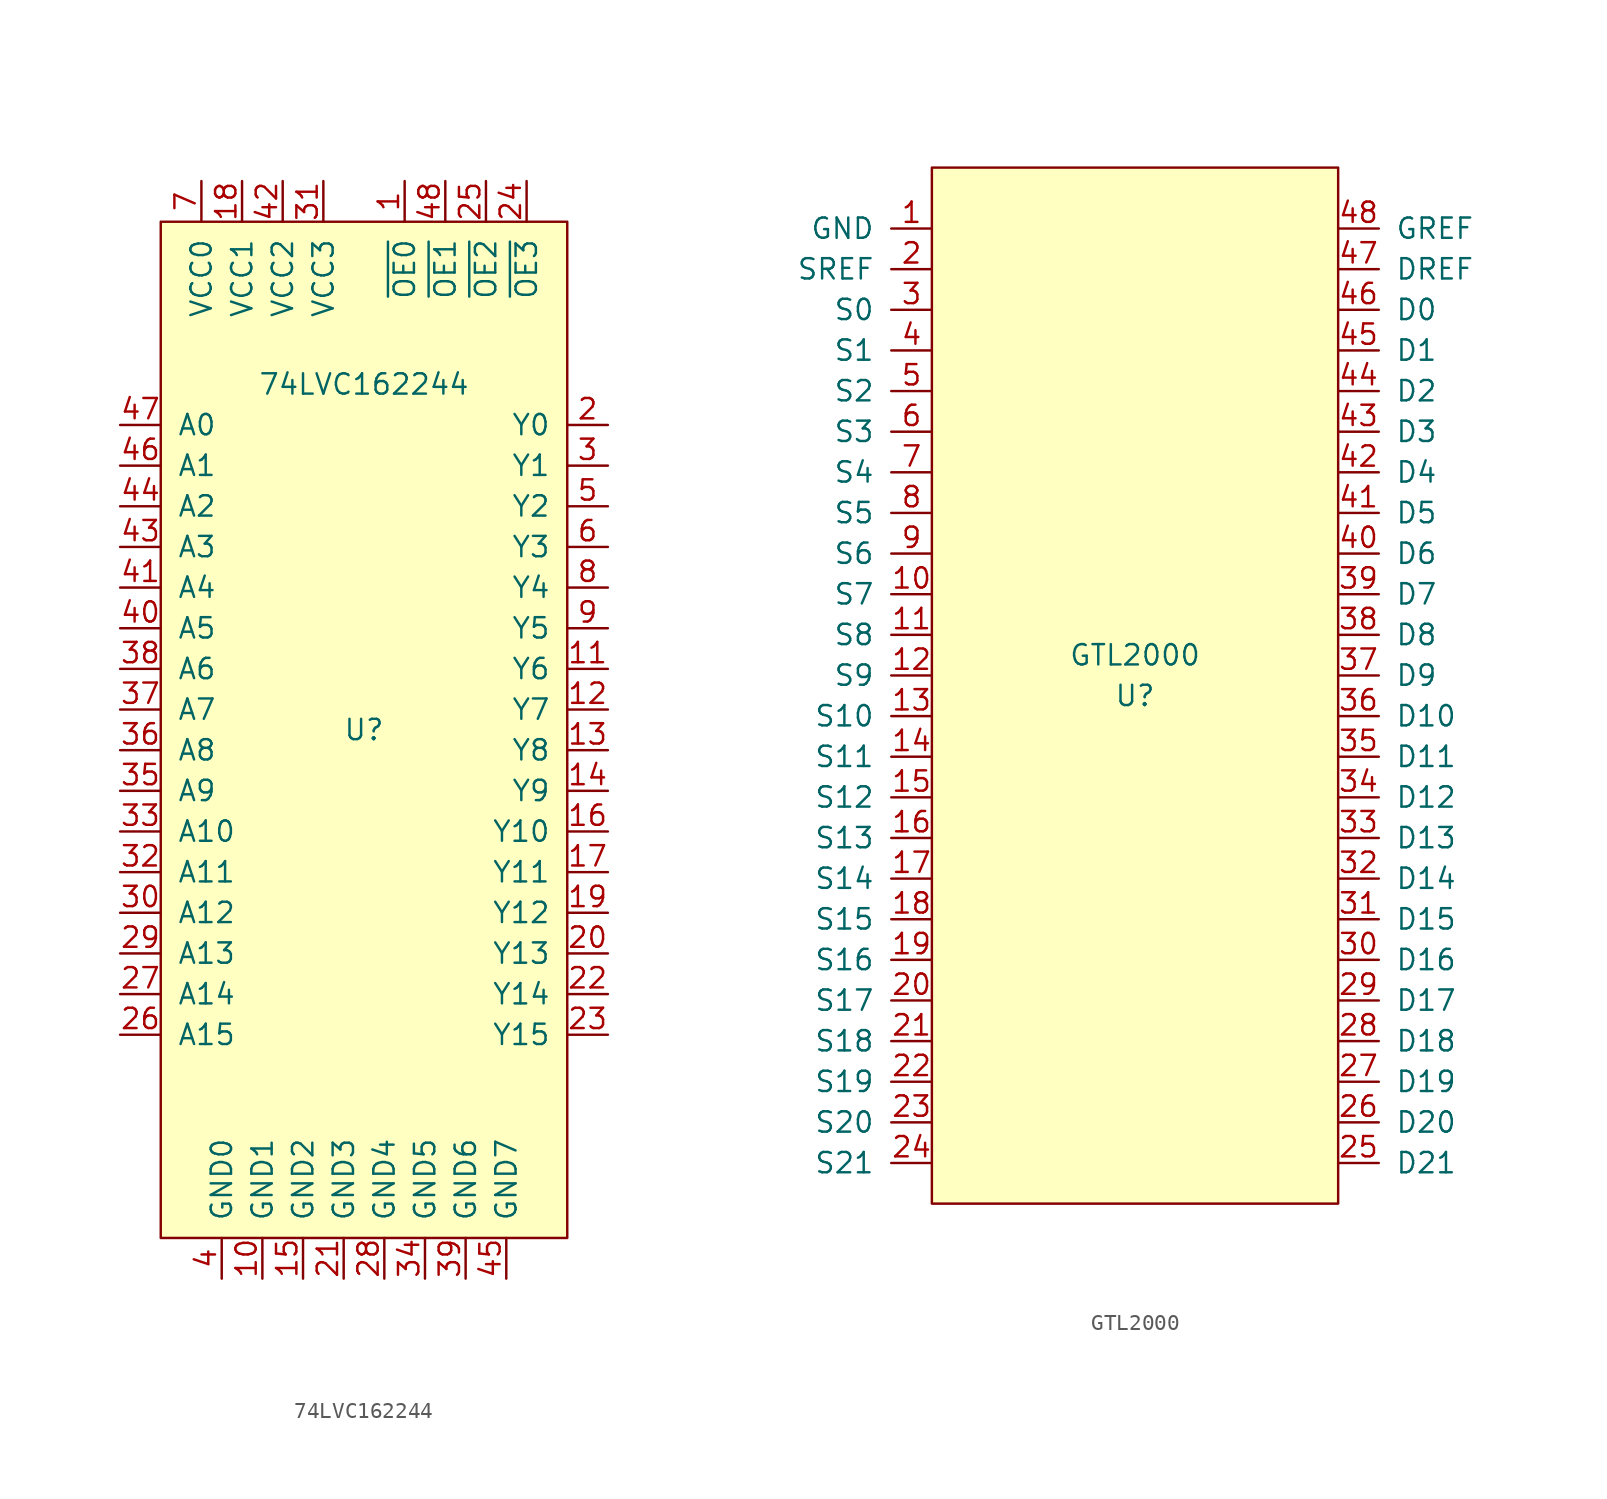
<source format=kicad_sym>
(kicad_symbol_lib
  (version 20231120)
  (generator "kicad_symbol_editor")
  (generator_version "8.0")
  (symbol "74LVC162244"
    (pin_names
      (offset 1.016))
    (property "Reference" "U"
      (at 0 0 0)
      (effects (font (size 1.27 1.27))))
    (property "Value" "74LVC162244"
      (at 0 21.59 0)
      (effects (font (size 1.27 1.27))))
    (symbol "74LVC162244_0_1"
      (rectangle (start 12.7 -31.75) (end -12.7 31.75) (stroke (width 0) (type solid)) (fill (type background))))
    (symbol "74LVC162244_1_1"
      (pin input line (at 2.54 34.29 270) (length 2.54) (name "~{OE0}" (effects (font (size 1.27 1.27)))) (number "1" (effects (font (size 1.27 1.27)))))
      (pin power_in line (at -6.35 -34.29 90) (length 2.54) (name "GND1" (effects (font (size 1.27 1.27)))) (number "10" (effects (font (size 1.27 1.27)))))
      (pin input line (at 15.24 3.81 180) (length 2.54) (name "Y6" (effects (font (size 1.27 1.27)))) (number "11" (effects (font (size 1.27 1.27)))))
      (pin input line (at 15.24 1.27 180) (length 2.54) (name "Y7" (effects (font (size 1.27 1.27)))) (number "12" (effects (font (size 1.27 1.27)))))
      (pin input line (at 15.24 -1.27 180) (length 2.54) (name "Y8" (effects (font (size 1.27 1.27)))) (number "13" (effects (font (size 1.27 1.27)))))
      (pin input line (at 15.24 -3.81 180) (length 2.54) (name "Y9" (effects (font (size 1.27 1.27)))) (number "14" (effects (font (size 1.27 1.27)))))
      (pin power_in line (at -3.81 -34.29 90) (length 2.54) (name "GND2" (effects (font (size 1.27 1.27)))) (number "15" (effects (font (size 1.27 1.27)))))
      (pin input line (at 15.24 -6.35 180) (length 2.54) (name "Y10" (effects (font (size 1.27 1.27)))) (number "16" (effects (font (size 1.27 1.27)))))
      (pin input line (at 15.24 -8.89 180) (length 2.54) (name "Y11" (effects (font (size 1.27 1.27)))) (number "17" (effects (font (size 1.27 1.27)))))
      (pin power_in line (at -7.62 34.29 270) (length 2.54) (name "VCC1" (effects (font (size 1.27 1.27)))) (number "18" (effects (font (size 1.27 1.27)))))
      (pin input line (at 15.24 -11.43 180) (length 2.54) (name "Y12" (effects (font (size 1.27 1.27)))) (number "19" (effects (font (size 1.27 1.27)))))
      (pin input line (at 15.24 19.05 180) (length 2.54) (name "Y0" (effects (font (size 1.27 1.27)))) (number "2" (effects (font (size 1.27 1.27)))))
      (pin input line (at 15.24 -13.97 180) (length 2.54) (name "Y13" (effects (font (size 1.27 1.27)))) (number "20" (effects (font (size 1.27 1.27)))))
      (pin power_in line (at -1.27 -34.29 90) (length 2.54) (name "GND3" (effects (font (size 1.27 1.27)))) (number "21" (effects (font (size 1.27 1.27)))))
      (pin input line (at 15.24 -16.51 180) (length 2.54) (name "Y14" (effects (font (size 1.27 1.27)))) (number "22" (effects (font (size 1.27 1.27)))))
      (pin input line (at 15.24 -19.05 180) (length 2.54) (name "Y15" (effects (font (size 1.27 1.27)))) (number "23" (effects (font (size 1.27 1.27)))))
      (pin input line (at 10.16 34.29 270) (length 2.54) (name "~{OE3}" (effects (font (size 1.27 1.27)))) (number "24" (effects (font (size 1.27 1.27)))))
      (pin input line (at 7.62 34.29 270) (length 2.54) (name "~{OE2}" (effects (font (size 1.27 1.27)))) (number "25" (effects (font (size 1.27 1.27)))))
      (pin input line (at -15.24 -19.05 0) (length 2.54) (name "A15" (effects (font (size 1.27 1.27)))) (number "26" (effects (font (size 1.27 1.27)))))
      (pin input line (at -15.24 -16.51 0) (length 2.54) (name "A14" (effects (font (size 1.27 1.27)))) (number "27" (effects (font (size 1.27 1.27)))))
      (pin power_in line (at 1.27 -34.29 90) (length 2.54) (name "GND4" (effects (font (size 1.27 1.27)))) (number "28" (effects (font (size 1.27 1.27)))))
      (pin input line (at -15.24 -13.97 0) (length 2.54) (name "A13" (effects (font (size 1.27 1.27)))) (number "29" (effects (font (size 1.27 1.27)))))
      (pin input line (at 15.24 16.51 180) (length 2.54) (name "Y1" (effects (font (size 1.27 1.27)))) (number "3" (effects (font (size 1.27 1.27)))))
      (pin input line (at -15.24 -11.43 0) (length 2.54) (name "A12" (effects (font (size 1.27 1.27)))) (number "30" (effects (font (size 1.27 1.27)))))
      (pin power_in line (at -2.54 34.29 270) (length 2.54) (name "VCC3" (effects (font (size 1.27 1.27)))) (number "31" (effects (font (size 1.27 1.27)))))
      (pin input line (at -15.24 -8.89 0) (length 2.54) (name "A11" (effects (font (size 1.27 1.27)))) (number "32" (effects (font (size 1.27 1.27)))))
      (pin input line (at -15.24 -6.35 0) (length 2.54) (name "A10" (effects (font (size 1.27 1.27)))) (number "33" (effects (font (size 1.27 1.27)))))
      (pin power_in line (at 3.81 -34.29 90) (length 2.54) (name "GND5" (effects (font (size 1.27 1.27)))) (number "34" (effects (font (size 1.27 1.27)))))
      (pin input line (at -15.24 -3.81 0) (length 2.54) (name "A9" (effects (font (size 1.27 1.27)))) (number "35" (effects (font (size 1.27 1.27)))))
      (pin input line (at -15.24 -1.27 0) (length 2.54) (name "A8" (effects (font (size 1.27 1.27)))) (number "36" (effects (font (size 1.27 1.27)))))
      (pin input line (at -15.24 1.27 0) (length 2.54) (name "A7" (effects (font (size 1.27 1.27)))) (number "37" (effects (font (size 1.27 1.27)))))
      (pin input line (at -15.24 3.81 0) (length 2.54) (name "A6" (effects (font (size 1.27 1.27)))) (number "38" (effects (font (size 1.27 1.27)))))
      (pin power_in line (at 6.35 -34.29 90) (length 2.54) (name "GND6" (effects (font (size 1.27 1.27)))) (number "39" (effects (font (size 1.27 1.27)))))
      (pin power_in line (at -8.89 -34.29 90) (length 2.54) (name "GND0" (effects (font (size 1.27 1.27)))) (number "4" (effects (font (size 1.27 1.27)))))
      (pin input line (at -15.24 6.35 0) (length 2.54) (name "A5" (effects (font (size 1.27 1.27)))) (number "40" (effects (font (size 1.27 1.27)))))
      (pin input line (at -15.24 8.89 0) (length 2.54) (name "A4" (effects (font (size 1.27 1.27)))) (number "41" (effects (font (size 1.27 1.27)))))
      (pin power_in line (at -5.08 34.29 270) (length 2.54) (name "VCC2" (effects (font (size 1.27 1.27)))) (number "42" (effects (font (size 1.27 1.27)))))
      (pin input line (at -15.24 11.43 0) (length 2.54) (name "A3" (effects (font (size 1.27 1.27)))) (number "43" (effects (font (size 1.27 1.27)))))
      (pin input line (at -15.24 13.97 0) (length 2.54) (name "A2" (effects (font (size 1.27 1.27)))) (number "44" (effects (font (size 1.27 1.27)))))
      (pin power_in line (at 8.89 -34.29 90) (length 2.54) (name "GND7" (effects (font (size 1.27 1.27)))) (number "45" (effects (font (size 1.27 1.27)))))
      (pin input line (at -15.24 16.51 0) (length 2.54) (name "A1" (effects (font (size 1.27 1.27)))) (number "46" (effects (font (size 1.27 1.27)))))
      (pin input line (at -15.24 19.05 0) (length 2.54) (name "A0" (effects (font (size 1.27 1.27)))) (number "47" (effects (font (size 1.27 1.27)))))
      (pin input line (at 5.08 34.29 270) (length 2.54) (name "~{OE1}" (effects (font (size 1.27 1.27)))) (number "48" (effects (font (size 1.27 1.27)))))
      (pin input line (at 15.24 13.97 180) (length 2.54) (name "Y2" (effects (font (size 1.27 1.27)))) (number "5" (effects (font (size 1.27 1.27)))))
      (pin input line (at 15.24 11.43 180) (length 2.54) (name "Y3" (effects (font (size 1.27 1.27)))) (number "6" (effects (font (size 1.27 1.27)))))
      (pin power_in line (at -10.16 34.29 270) (length 2.54) (name "VCC0" (effects (font (size 1.27 1.27)))) (number "7" (effects (font (size 1.27 1.27)))))
      (pin input line (at 15.24 8.89 180) (length 2.54) (name "Y4" (effects (font (size 1.27 1.27)))) (number "8" (effects (font (size 1.27 1.27)))))
      (pin input line (at 15.24 6.35 180) (length 2.54) (name "Y5" (effects (font (size 1.27 1.27)))) (number "9" (effects (font (size 1.27 1.27)))))))
  (symbol "GTL2000"
    (pin_names
      (offset 1.016))
    (property "Reference" "U"
      (at 0 0 0)
      (effects (font (size 1.27 1.27))))
    (property "Value" "GTL2000"
      (at 0 2.54 0)
      (effects (font (size 1.27 1.27))))
    (symbol "GTL2000_0_1"
      (rectangle (start -12.7 33.02) (end 12.7 -31.75) (stroke (width 0) (type solid)) (fill (type background))))
    (symbol "GTL2000_1_1"
      (pin power_in line (at -12.7 29.21 180) (length 2.54) (name "GND" (effects (font (size 1.27 1.27)))) (number "1" (effects (font (size 1.27 1.27)))))
      (pin bidirectional line (at -12.7 6.35 180) (length 2.54) (name "S7" (effects (font (size 1.27 1.27)))) (number "10" (effects (font (size 1.27 1.27)))))
      (pin bidirectional line (at -12.7 3.81 180) (length 2.54) (name "S8" (effects (font (size 1.27 1.27)))) (number "11" (effects (font (size 1.27 1.27)))))
      (pin bidirectional line (at -12.7 1.27 180) (length 2.54) (name "S9" (effects (font (size 1.27 1.27)))) (number "12" (effects (font (size 1.27 1.27)))))
      (pin bidirectional line (at -12.7 -1.27 180) (length 2.54) (name "S10" (effects (font (size 1.27 1.27)))) (number "13" (effects (font (size 1.27 1.27)))))
      (pin bidirectional line (at -12.7 -3.81 180) (length 2.54) (name "S11" (effects (font (size 1.27 1.27)))) (number "14" (effects (font (size 1.27 1.27)))))
      (pin bidirectional line (at -12.7 -6.35 180) (length 2.54) (name "S12" (effects (font (size 1.27 1.27)))) (number "15" (effects (font (size 1.27 1.27)))))
      (pin bidirectional line (at -12.7 -8.89 180) (length 2.54) (name "S13" (effects (font (size 1.27 1.27)))) (number "16" (effects (font (size 1.27 1.27)))))
      (pin bidirectional line (at -12.7 -11.43 180) (length 2.54) (name "S14" (effects (font (size 1.27 1.27)))) (number "17" (effects (font (size 1.27 1.27)))))
      (pin bidirectional line (at -12.7 -13.97 180) (length 2.54) (name "S15" (effects (font (size 1.27 1.27)))) (number "18" (effects (font (size 1.27 1.27)))))
      (pin bidirectional line (at -12.7 -16.51 180) (length 2.54) (name "S16" (effects (font (size 1.27 1.27)))) (number "19" (effects (font (size 1.27 1.27)))))
      (pin input line (at -12.7 26.67 180) (length 2.54) (name "SREF" (effects (font (size 1.27 1.27)))) (number "2" (effects (font (size 1.27 1.27)))))
      (pin bidirectional line (at -12.7 -19.05 180) (length 2.54) (name "S17" (effects (font (size 1.27 1.27)))) (number "20" (effects (font (size 1.27 1.27)))))
      (pin bidirectional line (at -12.7 -21.59 180) (length 2.54) (name "S18" (effects (font (size 1.27 1.27)))) (number "21" (effects (font (size 1.27 1.27)))))
      (pin bidirectional line (at -12.7 -24.13 180) (length 2.54) (name "S19" (effects (font (size 1.27 1.27)))) (number "22" (effects (font (size 1.27 1.27)))))
      (pin bidirectional line (at -12.7 -26.67 180) (length 2.54) (name "S20" (effects (font (size 1.27 1.27)))) (number "23" (effects (font (size 1.27 1.27)))))
      (pin bidirectional line (at -12.7 -29.21 180) (length 2.54) (name "S21" (effects (font (size 1.27 1.27)))) (number "24" (effects (font (size 1.27 1.27)))))
      (pin bidirectional line (at 12.7 -29.21 0) (length 2.54) (name "D21" (effects (font (size 1.27 1.27)))) (number "25" (effects (font (size 1.27 1.27)))))
      (pin bidirectional line (at 12.7 -26.67 0) (length 2.54) (name "D20" (effects (font (size 1.27 1.27)))) (number "26" (effects (font (size 1.27 1.27)))))
      (pin bidirectional line (at 12.7 -24.13 0) (length 2.54) (name "D19" (effects (font (size 1.27 1.27)))) (number "27" (effects (font (size 1.27 1.27)))))
      (pin bidirectional line (at 12.7 -21.59 0) (length 2.54) (name "D18" (effects (font (size 1.27 1.27)))) (number "28" (effects (font (size 1.27 1.27)))))
      (pin bidirectional line (at 12.7 -19.05 0) (length 2.54) (name "D17" (effects (font (size 1.27 1.27)))) (number "29" (effects (font (size 1.27 1.27)))))
      (pin bidirectional line (at -12.7 24.13 180) (length 2.54) (name "S0" (effects (font (size 1.27 1.27)))) (number "3" (effects (font (size 1.27 1.27)))))
      (pin bidirectional line (at 12.7 -16.51 0) (length 2.54) (name "D16" (effects (font (size 1.27 1.27)))) (number "30" (effects (font (size 1.27 1.27)))))
      (pin bidirectional line (at 12.7 -13.97 0) (length 2.54) (name "D15" (effects (font (size 1.27 1.27)))) (number "31" (effects (font (size 1.27 1.27)))))
      (pin bidirectional line (at 12.7 -11.43 0) (length 2.54) (name "D14" (effects (font (size 1.27 1.27)))) (number "32" (effects (font (size 1.27 1.27)))))
      (pin bidirectional line (at 12.7 -8.89 0) (length 2.54) (name "D13" (effects (font (size 1.27 1.27)))) (number "33" (effects (font (size 1.27 1.27)))))
      (pin bidirectional line (at 12.7 -6.35 0) (length 2.54) (name "D12" (effects (font (size 1.27 1.27)))) (number "34" (effects (font (size 1.27 1.27)))))
      (pin bidirectional line (at 12.7 -3.81 0) (length 2.54) (name "D11" (effects (font (size 1.27 1.27)))) (number "35" (effects (font (size 1.27 1.27)))))
      (pin bidirectional line (at 12.7 -1.27 0) (length 2.54) (name "D10" (effects (font (size 1.27 1.27)))) (number "36" (effects (font (size 1.27 1.27)))))
      (pin bidirectional line (at 12.7 1.27 0) (length 2.54) (name "D9" (effects (font (size 1.27 1.27)))) (number "37" (effects (font (size 1.27 1.27)))))
      (pin bidirectional line (at 12.7 3.81 0) (length 2.54) (name "D8" (effects (font (size 1.27 1.27)))) (number "38" (effects (font (size 1.27 1.27)))))
      (pin bidirectional line (at 12.7 6.35 0) (length 2.54) (name "D7" (effects (font (size 1.27 1.27)))) (number "39" (effects (font (size 1.27 1.27)))))
      (pin bidirectional line (at -12.7 21.59 180) (length 2.54) (name "S1" (effects (font (size 1.27 1.27)))) (number "4" (effects (font (size 1.27 1.27)))))
      (pin bidirectional line (at 12.7 8.89 0) (length 2.54) (name "D6" (effects (font (size 1.27 1.27)))) (number "40" (effects (font (size 1.27 1.27)))))
      (pin bidirectional line (at 12.7 11.43 0) (length 2.54) (name "D5" (effects (font (size 1.27 1.27)))) (number "41" (effects (font (size 1.27 1.27)))))
      (pin bidirectional line (at 12.7 13.97 0) (length 2.54) (name "D4" (effects (font (size 1.27 1.27)))) (number "42" (effects (font (size 1.27 1.27)))))
      (pin bidirectional line (at 12.7 16.51 0) (length 2.54) (name "D3" (effects (font (size 1.27 1.27)))) (number "43" (effects (font (size 1.27 1.27)))))
      (pin bidirectional line (at 12.7 19.05 0) (length 2.54) (name "D2" (effects (font (size 1.27 1.27)))) (number "44" (effects (font (size 1.27 1.27)))))
      (pin bidirectional line (at 12.7 21.59 0) (length 2.54) (name "D1" (effects (font (size 1.27 1.27)))) (number "45" (effects (font (size 1.27 1.27)))))
      (pin bidirectional line (at 12.7 24.13 0) (length 2.54) (name "D0" (effects (font (size 1.27 1.27)))) (number "46" (effects (font (size 1.27 1.27)))))
      (pin input line (at 12.7 26.67 0) (length 2.54) (name "DREF" (effects (font (size 1.27 1.27)))) (number "47" (effects (font (size 1.27 1.27)))))
      (pin input line (at 12.7 29.21 0) (length 2.54) (name "GREF" (effects (font (size 1.27 1.27)))) (number "48" (effects (font (size 1.27 1.27)))))
      (pin bidirectional line (at -12.7 19.05 180) (length 2.54) (name "S2" (effects (font (size 1.27 1.27)))) (number "5" (effects (font (size 1.27 1.27)))))
      (pin bidirectional line (at -12.7 16.51 180) (length 2.54) (name "S3" (effects (font (size 1.27 1.27)))) (number "6" (effects (font (size 1.27 1.27)))))
      (pin bidirectional line (at -12.7 13.97 180) (length 2.54) (name "S4" (effects (font (size 1.27 1.27)))) (number "7" (effects (font (size 1.27 1.27)))))
      (pin bidirectional line (at -12.7 11.43 180) (length 2.54) (name "S5" (effects (font (size 1.27 1.27)))) (number "8" (effects (font (size 1.27 1.27)))))
      (pin bidirectional line (at -12.7 8.89 180) (length 2.54) (name "S6" (effects (font (size 1.27 1.27)))) (number "9" (effects (font (size 1.27 1.27))))))))
</source>
